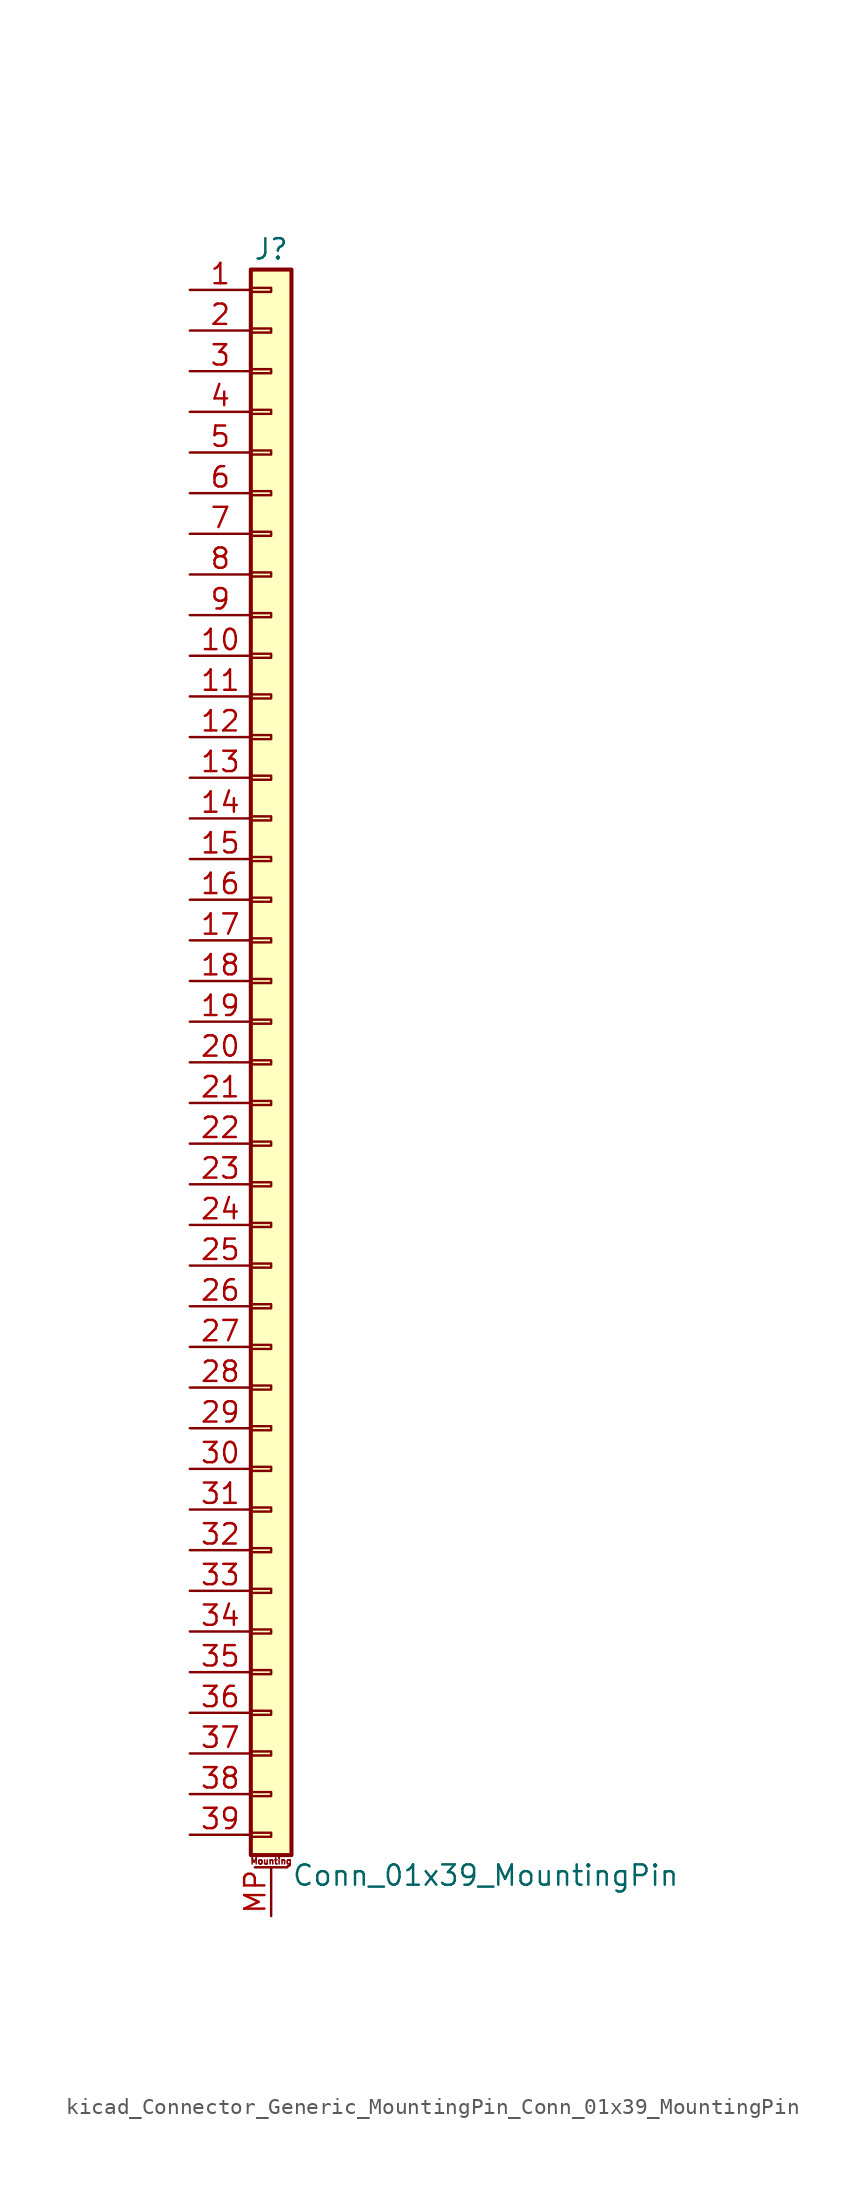
<source format=kicad_sym>
(kicad_symbol_lib
  (version 20220914)
  (generator kicad_symbol_editor)
  (symbol "kicad_Connector_Generic_MountingPin_Conn_01x39_MountingPin"
    (pin_names
      (offset 1.016) hide)
    (property "Reference" "J"
      (at 0 50.8 0)
      (effects (font (size 1.27 1.27))))
    (property "Value" "Conn_01x39_MountingPin"
      (at 1.27 -50.8 0)
      (effects (font (size 1.27 1.27)) (justify left)))
    (symbol "kicad_Connector_Generic_MountingPin_Conn_01x39_MountingPin_1_1"
      (rectangle (start -1.27 -48.133) (end 0 -48.387) (stroke (width 0.152) (type default)) (fill (type none)))
      (rectangle (start -1.27 -45.593) (end 0 -45.847) (stroke (width 0.152) (type default)) (fill (type none)))
      (rectangle (start -1.27 -43.053) (end 0 -43.307) (stroke (width 0.152) (type default)) (fill (type none)))
      (rectangle (start -1.27 -40.513) (end 0 -40.767) (stroke (width 0.152) (type default)) (fill (type none)))
      (rectangle (start -1.27 -37.973) (end 0 -38.227) (stroke (width 0.152) (type default)) (fill (type none)))
      (rectangle (start -1.27 -35.433) (end 0 -35.687) (stroke (width 0.152) (type default)) (fill (type none)))
      (rectangle (start -1.27 -32.893) (end 0 -33.147) (stroke (width 0.152) (type default)) (fill (type none)))
      (rectangle (start -1.27 -30.353) (end 0 -30.607) (stroke (width 0.152) (type default)) (fill (type none)))
      (rectangle (start -1.27 -27.813) (end 0 -28.067) (stroke (width 0.152) (type default)) (fill (type none)))
      (rectangle (start -1.27 -25.273) (end 0 -25.527) (stroke (width 0.152) (type default)) (fill (type none)))
      (rectangle (start -1.27 -22.733) (end 0 -22.987) (stroke (width 0.152) (type default)) (fill (type none)))
      (rectangle (start -1.27 -20.193) (end 0 -20.447) (stroke (width 0.152) (type default)) (fill (type none)))
      (rectangle (start -1.27 -17.653) (end 0 -17.907) (stroke (width 0.152) (type default)) (fill (type none)))
      (rectangle (start -1.27 -15.113) (end 0 -15.367) (stroke (width 0.152) (type default)) (fill (type none)))
      (rectangle (start -1.27 -12.573) (end 0 -12.827) (stroke (width 0.152) (type default)) (fill (type none)))
      (rectangle (start -1.27 -10.033) (end 0 -10.287) (stroke (width 0.152) (type default)) (fill (type none)))
      (rectangle (start -1.27 -7.493) (end 0 -7.747) (stroke (width 0.152) (type default)) (fill (type none)))
      (rectangle (start -1.27 -4.953) (end 0 -5.207) (stroke (width 0.152) (type default)) (fill (type none)))
      (rectangle (start -1.27 -2.413) (end 0 -2.667) (stroke (width 0.152) (type default)) (fill (type none)))
      (rectangle (start -1.27 0.127) (end 0 -0.127) (stroke (width 0.152) (type default)) (fill (type none)))
      (rectangle (start -1.27 2.667) (end 0 2.413) (stroke (width 0.152) (type default)) (fill (type none)))
      (rectangle (start -1.27 5.207) (end 0 4.953) (stroke (width 0.152) (type default)) (fill (type none)))
      (rectangle (start -1.27 7.747) (end 0 7.493) (stroke (width 0.152) (type default)) (fill (type none)))
      (rectangle (start -1.27 10.287) (end 0 10.033) (stroke (width 0.152) (type default)) (fill (type none)))
      (rectangle (start -1.27 12.827) (end 0 12.573) (stroke (width 0.152) (type default)) (fill (type none)))
      (rectangle (start -1.27 15.367) (end 0 15.113) (stroke (width 0.152) (type default)) (fill (type none)))
      (rectangle (start -1.27 17.907) (end 0 17.653) (stroke (width 0.152) (type default)) (fill (type none)))
      (rectangle (start -1.27 20.447) (end 0 20.193) (stroke (width 0.152) (type default)) (fill (type none)))
      (rectangle (start -1.27 22.987) (end 0 22.733) (stroke (width 0.152) (type default)) (fill (type none)))
      (rectangle (start -1.27 25.527) (end 0 25.273) (stroke (width 0.152) (type default)) (fill (type none)))
      (rectangle (start -1.27 28.067) (end 0 27.813) (stroke (width 0.152) (type default)) (fill (type none)))
      (rectangle (start -1.27 30.607) (end 0 30.353) (stroke (width 0.152) (type default)) (fill (type none)))
      (rectangle (start -1.27 33.147) (end 0 32.893) (stroke (width 0.152) (type default)) (fill (type none)))
      (rectangle (start -1.27 35.687) (end 0 35.433) (stroke (width 0.152) (type default)) (fill (type none)))
      (rectangle (start -1.27 38.227) (end 0 37.973) (stroke (width 0.152) (type default)) (fill (type none)))
      (rectangle (start -1.27 40.767) (end 0 40.513) (stroke (width 0.152) (type default)) (fill (type none)))
      (rectangle (start -1.27 43.307) (end 0 43.053) (stroke (width 0.152) (type default)) (fill (type none)))
      (rectangle (start -1.27 45.847) (end 0 45.593) (stroke (width 0.152) (type default)) (fill (type none)))
      (rectangle (start -1.27 48.387) (end 0 48.133) (stroke (width 0.152) (type default)) (fill (type none)))
      (rectangle (start -1.27 49.53) (end 1.27 -49.53) (stroke (width 0.254) (type default)) (fill (type background)))
      (polyline (pts (xy -1.016 -50.292) (xy 1.016 -50.292)) (stroke (width 0.152) (type default)) (fill (type none)))
      (text "Mounting" (at 0 -49.911 0) (effects (font (size 0.381 0.381))))
      (pin passive line (at -5.08 48.26 0) (length 3.81) (name "Pin_1" (effects (font (size 1.27 1.27)))) (number "1" (effects (font (size 1.27 1.27)))))
      (pin passive line (at -5.08 25.4 0) (length 3.81) (name "Pin_10" (effects (font (size 1.27 1.27)))) (number "10" (effects (font (size 1.27 1.27)))))
      (pin passive line (at -5.08 22.86 0) (length 3.81) (name "Pin_11" (effects (font (size 1.27 1.27)))) (number "11" (effects (font (size 1.27 1.27)))))
      (pin passive line (at -5.08 20.32 0) (length 3.81) (name "Pin_12" (effects (font (size 1.27 1.27)))) (number "12" (effects (font (size 1.27 1.27)))))
      (pin passive line (at -5.08 17.78 0) (length 3.81) (name "Pin_13" (effects (font (size 1.27 1.27)))) (number "13" (effects (font (size 1.27 1.27)))))
      (pin passive line (at -5.08 15.24 0) (length 3.81) (name "Pin_14" (effects (font (size 1.27 1.27)))) (number "14" (effects (font (size 1.27 1.27)))))
      (pin passive line (at -5.08 12.7 0) (length 3.81) (name "Pin_15" (effects (font (size 1.27 1.27)))) (number "15" (effects (font (size 1.27 1.27)))))
      (pin passive line (at -5.08 10.16 0) (length 3.81) (name "Pin_16" (effects (font (size 1.27 1.27)))) (number "16" (effects (font (size 1.27 1.27)))))
      (pin passive line (at -5.08 7.62 0) (length 3.81) (name "Pin_17" (effects (font (size 1.27 1.27)))) (number "17" (effects (font (size 1.27 1.27)))))
      (pin passive line (at -5.08 5.08 0) (length 3.81) (name "Pin_18" (effects (font (size 1.27 1.27)))) (number "18" (effects (font (size 1.27 1.27)))))
      (pin passive line (at -5.08 2.54 0) (length 3.81) (name "Pin_19" (effects (font (size 1.27 1.27)))) (number "19" (effects (font (size 1.27 1.27)))))
      (pin passive line (at -5.08 45.72 0) (length 3.81) (name "Pin_2" (effects (font (size 1.27 1.27)))) (number "2" (effects (font (size 1.27 1.27)))))
      (pin passive line (at -5.08 0 0) (length 3.81) (name "Pin_20" (effects (font (size 1.27 1.27)))) (number "20" (effects (font (size 1.27 1.27)))))
      (pin passive line (at -5.08 -2.54 0) (length 3.81) (name "Pin_21" (effects (font (size 1.27 1.27)))) (number "21" (effects (font (size 1.27 1.27)))))
      (pin passive line (at -5.08 -5.08 0) (length 3.81) (name "Pin_22" (effects (font (size 1.27 1.27)))) (number "22" (effects (font (size 1.27 1.27)))))
      (pin passive line (at -5.08 -7.62 0) (length 3.81) (name "Pin_23" (effects (font (size 1.27 1.27)))) (number "23" (effects (font (size 1.27 1.27)))))
      (pin passive line (at -5.08 -10.16 0) (length 3.81) (name "Pin_24" (effects (font (size 1.27 1.27)))) (number "24" (effects (font (size 1.27 1.27)))))
      (pin passive line (at -5.08 -12.7 0) (length 3.81) (name "Pin_25" (effects (font (size 1.27 1.27)))) (number "25" (effects (font (size 1.27 1.27)))))
      (pin passive line (at -5.08 -15.24 0) (length 3.81) (name "Pin_26" (effects (font (size 1.27 1.27)))) (number "26" (effects (font (size 1.27 1.27)))))
      (pin passive line (at -5.08 -17.78 0) (length 3.81) (name "Pin_27" (effects (font (size 1.27 1.27)))) (number "27" (effects (font (size 1.27 1.27)))))
      (pin passive line (at -5.08 -20.32 0) (length 3.81) (name "Pin_28" (effects (font (size 1.27 1.27)))) (number "28" (effects (font (size 1.27 1.27)))))
      (pin passive line (at -5.08 -22.86 0) (length 3.81) (name "Pin_29" (effects (font (size 1.27 1.27)))) (number "29" (effects (font (size 1.27 1.27)))))
      (pin passive line (at -5.08 43.18 0) (length 3.81) (name "Pin_3" (effects (font (size 1.27 1.27)))) (number "3" (effects (font (size 1.27 1.27)))))
      (pin passive line (at -5.08 -25.4 0) (length 3.81) (name "Pin_30" (effects (font (size 1.27 1.27)))) (number "30" (effects (font (size 1.27 1.27)))))
      (pin passive line (at -5.08 -27.94 0) (length 3.81) (name "Pin_31" (effects (font (size 1.27 1.27)))) (number "31" (effects (font (size 1.27 1.27)))))
      (pin passive line (at -5.08 -30.48 0) (length 3.81) (name "Pin_32" (effects (font (size 1.27 1.27)))) (number "32" (effects (font (size 1.27 1.27)))))
      (pin passive line (at -5.08 -33.02 0) (length 3.81) (name "Pin_33" (effects (font (size 1.27 1.27)))) (number "33" (effects (font (size 1.27 1.27)))))
      (pin passive line (at -5.08 -35.56 0) (length 3.81) (name "Pin_34" (effects (font (size 1.27 1.27)))) (number "34" (effects (font (size 1.27 1.27)))))
      (pin passive line (at -5.08 -38.1 0) (length 3.81) (name "Pin_35" (effects (font (size 1.27 1.27)))) (number "35" (effects (font (size 1.27 1.27)))))
      (pin passive line (at -5.08 -40.64 0) (length 3.81) (name "Pin_36" (effects (font (size 1.27 1.27)))) (number "36" (effects (font (size 1.27 1.27)))))
      (pin passive line (at -5.08 -43.18 0) (length 3.81) (name "Pin_37" (effects (font (size 1.27 1.27)))) (number "37" (effects (font (size 1.27 1.27)))))
      (pin passive line (at -5.08 -45.72 0) (length 3.81) (name "Pin_38" (effects (font (size 1.27 1.27)))) (number "38" (effects (font (size 1.27 1.27)))))
      (pin passive line (at -5.08 -48.26 0) (length 3.81) (name "Pin_39" (effects (font (size 1.27 1.27)))) (number "39" (effects (font (size 1.27 1.27)))))
      (pin passive line (at -5.08 40.64 0) (length 3.81) (name "Pin_4" (effects (font (size 1.27 1.27)))) (number "4" (effects (font (size 1.27 1.27)))))
      (pin passive line (at -5.08 38.1 0) (length 3.81) (name "Pin_5" (effects (font (size 1.27 1.27)))) (number "5" (effects (font (size 1.27 1.27)))))
      (pin passive line (at -5.08 35.56 0) (length 3.81) (name "Pin_6" (effects (font (size 1.27 1.27)))) (number "6" (effects (font (size 1.27 1.27)))))
      (pin passive line (at -5.08 33.02 0) (length 3.81) (name "Pin_7" (effects (font (size 1.27 1.27)))) (number "7" (effects (font (size 1.27 1.27)))))
      (pin passive line (at -5.08 30.48 0) (length 3.81) (name "Pin_8" (effects (font (size 1.27 1.27)))) (number "8" (effects (font (size 1.27 1.27)))))
      (pin passive line (at -5.08 27.94 0) (length 3.81) (name "Pin_9" (effects (font (size 1.27 1.27)))) (number "9" (effects (font (size 1.27 1.27)))))
      (pin passive line (at 0 -53.34 90) (length 3.048) (name "MountPin" (effects (font (size 1.27 1.27)))) (number "MP" (effects (font (size 1.27 1.27))))))))
</source>
